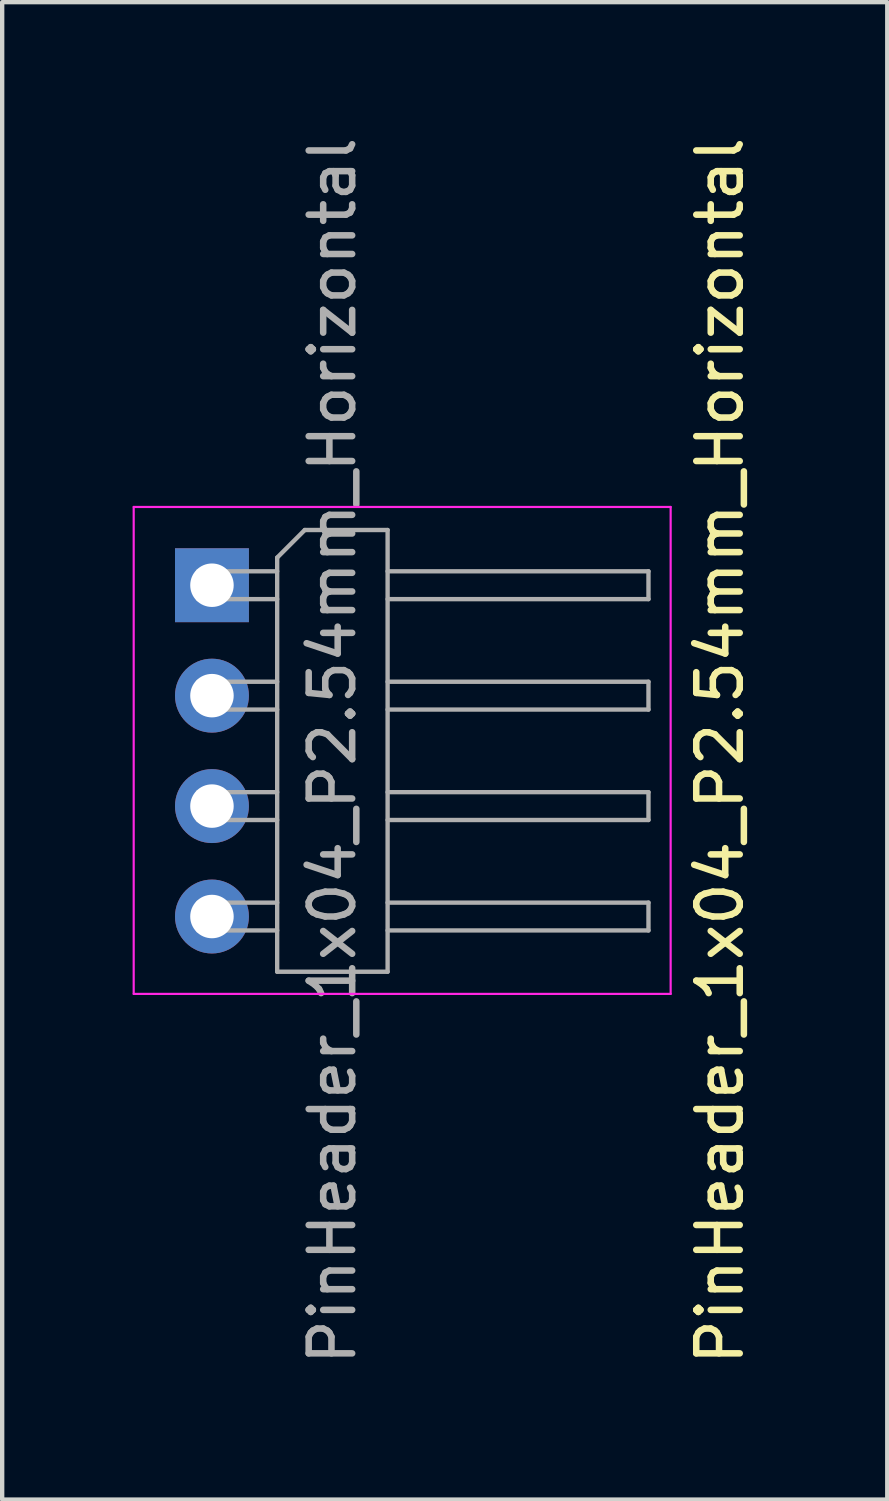
<source format=kicad_pcb>
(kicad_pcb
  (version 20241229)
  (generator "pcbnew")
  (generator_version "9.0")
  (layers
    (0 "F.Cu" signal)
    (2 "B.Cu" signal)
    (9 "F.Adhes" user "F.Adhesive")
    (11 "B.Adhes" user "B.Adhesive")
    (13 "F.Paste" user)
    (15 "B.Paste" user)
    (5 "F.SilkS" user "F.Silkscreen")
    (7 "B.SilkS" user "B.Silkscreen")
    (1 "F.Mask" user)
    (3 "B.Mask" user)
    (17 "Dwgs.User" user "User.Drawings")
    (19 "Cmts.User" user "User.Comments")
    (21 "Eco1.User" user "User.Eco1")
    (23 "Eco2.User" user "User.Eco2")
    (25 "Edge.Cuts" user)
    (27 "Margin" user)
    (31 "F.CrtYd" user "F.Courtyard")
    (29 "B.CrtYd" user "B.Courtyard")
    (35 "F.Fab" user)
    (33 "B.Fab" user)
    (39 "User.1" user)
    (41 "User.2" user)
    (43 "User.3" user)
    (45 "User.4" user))
  (footprint "PinHeader_1x04_P2.54mm_Horizontal"
    (layer "F.Cu")
    (at 1.825 10.41)
    (property "Reference" "PinHeader_1x04_P2.54mm_Horizontal" (at 11.684 3.81 270) (layer "F.SilkS") (effects (font (size 1 1) (thickness 0.15))))
    (attr through_hole)
    (fp_line (start -1.8 -1.8) (end -1.8 9.4) (stroke (width 0.05) (type solid)) (layer "F.CrtYd"))
    (fp_line (start -1.8 9.4) (end 10.55 9.4) (stroke (width 0.05) (type solid)) (layer "F.CrtYd"))
    (fp_line (start 10.55 -1.8) (end -1.8 -1.8) (stroke (width 0.05) (type solid)) (layer "F.CrtYd"))
    (fp_line (start 10.55 9.4) (end 10.55 -1.8) (stroke (width 0.05) (type solid)) (layer "F.CrtYd"))
    (fp_line (start -0.32 -0.32) (end -0.32 0.32) (stroke (width 0.1) (type solid)) (layer "F.Fab"))
    (fp_line (start -0.32 -0.32) (end 1.5 -0.32) (stroke (width 0.1) (type solid)) (layer "F.Fab"))
    (fp_line (start -0.32 0.32) (end 1.5 0.32) (stroke (width 0.1) (type solid)) (layer "F.Fab"))
    (fp_line (start -0.32 2.22) (end -0.32 2.86) (stroke (width 0.1) (type solid)) (layer "F.Fab"))
    (fp_line (start -0.32 2.22) (end 1.5 2.22) (stroke (width 0.1) (type solid)) (layer "F.Fab"))
    (fp_line (start -0.32 2.86) (end 1.5 2.86) (stroke (width 0.1) (type solid)) (layer "F.Fab"))
    (fp_line (start -0.32 4.76) (end -0.32 5.4) (stroke (width 0.1) (type solid)) (layer "F.Fab"))
    (fp_line (start -0.32 4.76) (end 1.5 4.76) (stroke (width 0.1) (type solid)) (layer "F.Fab"))
    (fp_line (start -0.32 5.4) (end 1.5 5.4) (stroke (width 0.1) (type solid)) (layer "F.Fab"))
    (fp_line (start -0.32 7.3) (end -0.32 7.94) (stroke (width 0.1) (type solid)) (layer "F.Fab"))
    (fp_line (start -0.32 7.3) (end 1.5 7.3) (stroke (width 0.1) (type solid)) (layer "F.Fab"))
    (fp_line (start -0.32 7.94) (end 1.5 7.94) (stroke (width 0.1) (type solid)) (layer "F.Fab"))
    (fp_line (start 1.5 -0.635) (end 2.135 -1.27) (stroke (width 0.1) (type solid)) (layer "F.Fab"))
    (fp_line (start 1.5 8.89) (end 1.5 -0.635) (stroke (width 0.1) (type solid)) (layer "F.Fab"))
    (fp_line (start 2.135 -1.27) (end 4.04 -1.27) (stroke (width 0.1) (type solid)) (layer "F.Fab"))
    (fp_line (start 4.04 -1.27) (end 4.04 8.89) (stroke (width 0.1) (type solid)) (layer "F.Fab"))
    (fp_line (start 4.04 -0.32) (end 10.04 -0.32) (stroke (width 0.1) (type solid)) (layer "F.Fab"))
    (fp_line (start 4.04 0.32) (end 10.04 0.32) (stroke (width 0.1) (type solid)) (layer "F.Fab"))
    (fp_line (start 4.04 2.22) (end 10.04 2.22) (stroke (width 0.1) (type solid)) (layer "F.Fab"))
    (fp_line (start 4.04 2.86) (end 10.04 2.86) (stroke (width 0.1) (type solid)) (layer "F.Fab"))
    (fp_line (start 4.04 4.76) (end 10.04 4.76) (stroke (width 0.1) (type solid)) (layer "F.Fab"))
    (fp_line (start 4.04 5.4) (end 10.04 5.4) (stroke (width 0.1) (type solid)) (layer "F.Fab"))
    (fp_line (start 4.04 7.3) (end 10.04 7.3) (stroke (width 0.1) (type solid)) (layer "F.Fab"))
    (fp_line (start 4.04 7.94) (end 10.04 7.94) (stroke (width 0.1) (type solid)) (layer "F.Fab"))
    (fp_line (start 4.04 8.89) (end 1.5 8.89) (stroke (width 0.1) (type solid)) (layer "F.Fab"))
    (fp_line (start 10.04 -0.32) (end 10.04 0.32) (stroke (width 0.1) (type solid)) (layer "F.Fab"))
    (fp_line (start 10.04 2.22) (end 10.04 2.86) (stroke (width 0.1) (type solid)) (layer "F.Fab"))
    (fp_line (start 10.04 4.76) (end 10.04 5.4) (stroke (width 0.1) (type solid)) (layer "F.Fab"))
    (fp_line (start 10.04 7.3) (end 10.04 7.94) (stroke (width 0.1) (type solid)) (layer "F.Fab"))
    (fp_text user "${REFERENCE}" (at 2.77 3.81 90) (layer "F.Fab") (effects (font (size 1 1) (thickness 0.15))))
    (pad "1" thru_hole rect (at 0 0) (size 1.7 1.7) (drill 1) (layers "*.Cu" "*.Mask"))
    (pad "2" thru_hole oval (at 0 2.54) (size 1.7 1.7) (drill 1) (layers "*.Cu" "*.Mask"))
    (pad "3" thru_hole oval (at 0 5.08) (size 1.7 1.7) (drill 1) (layers "*.Cu" "*.Mask"))
    (pad "4" thru_hole oval (at 0 7.62) (size 1.7 1.7) (drill 1) (layers "*.Cu" "*.Mask")))
  (gr_rect
    (start -3 -3)
    (end 17.357 31.44)
    (stroke (width 0.1) (type default))
    (fill no)
    (layer "Edge.Cuts")))
</source>
